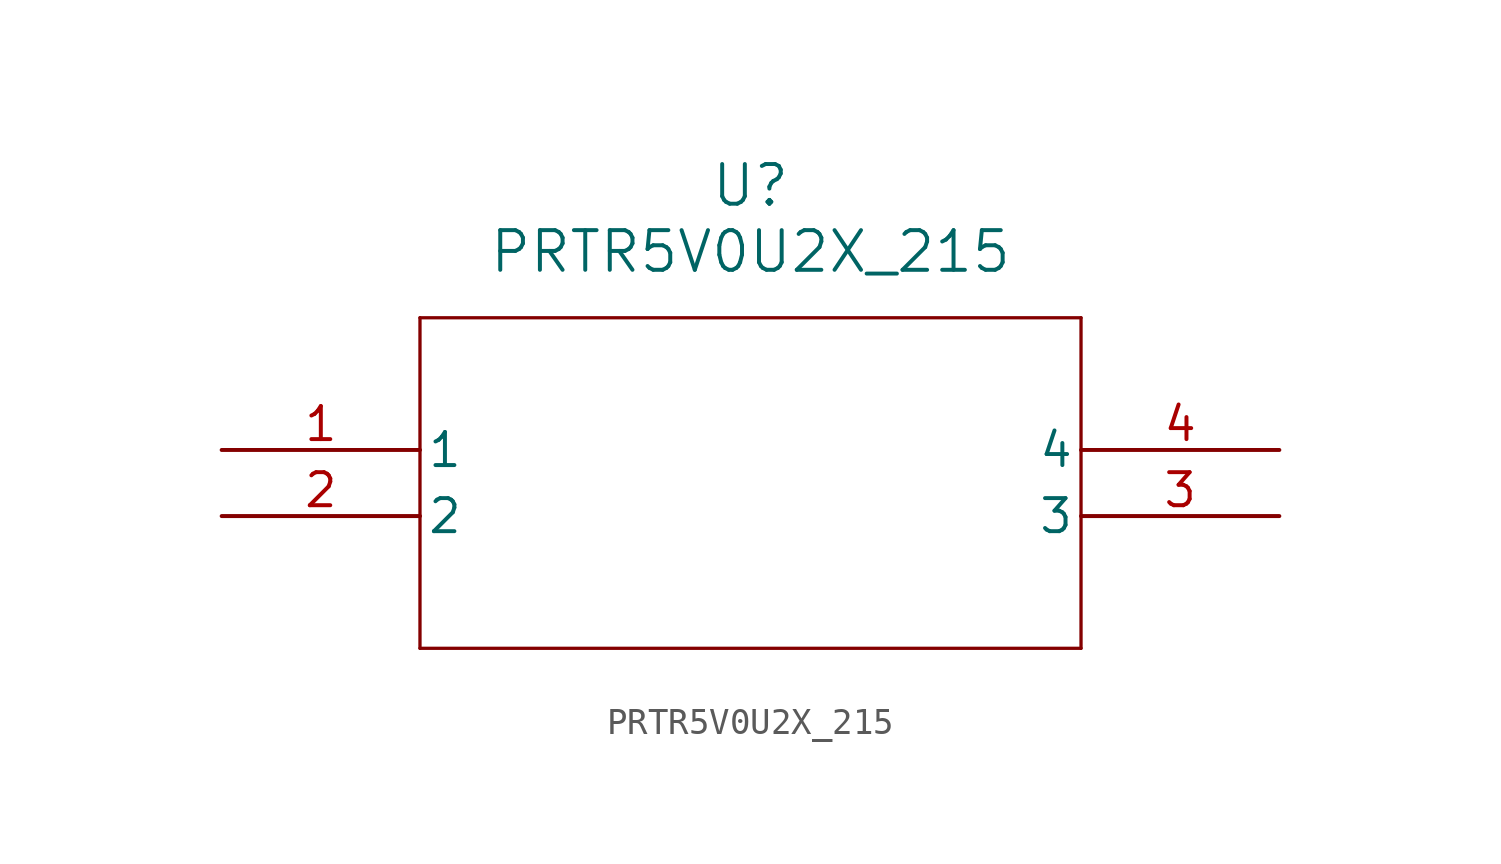
<source format=kicad_sym>
(kicad_symbol_lib
  (version 20211014)
  (generator kicad_symbol_editor)
  (symbol "PRTR5V0U2X_215"
    (pin_names
      (offset 0.254))
    (property "Reference" "U"
      (at 20.32 10.16 0)
      (effects (font (size 1.524 1.524))))
    (property "Value" "PRTR5V0U2X_215"
      (at 20.32 7.62 0)
      (effects (font (size 1.524 1.524))))
    (symbol "PRTR5V0U2X_215_0_1"
      (polyline (pts (xy 7.62 5.08) (xy 7.62 -7.62)) (stroke (width 0.127) (type default) (color 0 0 0 0)) (fill (type none)))
      (polyline (pts (xy 7.62 -7.62) (xy 33.02 -7.62)) (stroke (width 0.127) (type default) (color 0 0 0 0)) (fill (type none)))
      (polyline (pts (xy 33.02 -7.62) (xy 33.02 5.08)) (stroke (width 0.127) (type default) (color 0 0 0 0)) (fill (type none)))
      (polyline (pts (xy 33.02 5.08) (xy 7.62 5.08)) (stroke (width 0.127) (type default) (color 0 0 0 0)) (fill (type none)))
      (pin unspecified line (at 0 0 0) (length 7.62) (name "1" (effects (font (size 1.27 1.27)))) (number "1" (effects (font (size 1.27 1.27)))))
      (pin unspecified line (at 0 -2.54 0) (length 7.62) (name "2" (effects (font (size 1.27 1.27)))) (number "2" (effects (font (size 1.27 1.27)))))
      (pin unspecified line (at 40.64 -2.54 180) (length 7.62) (name "3" (effects (font (size 1.27 1.27)))) (number "3" (effects (font (size 1.27 1.27)))))
      (pin unspecified line (at 40.64 0 180) (length 7.62) (name "4" (effects (font (size 1.27 1.27)))) (number "4" (effects (font (size 1.27 1.27))))))))
</source>
